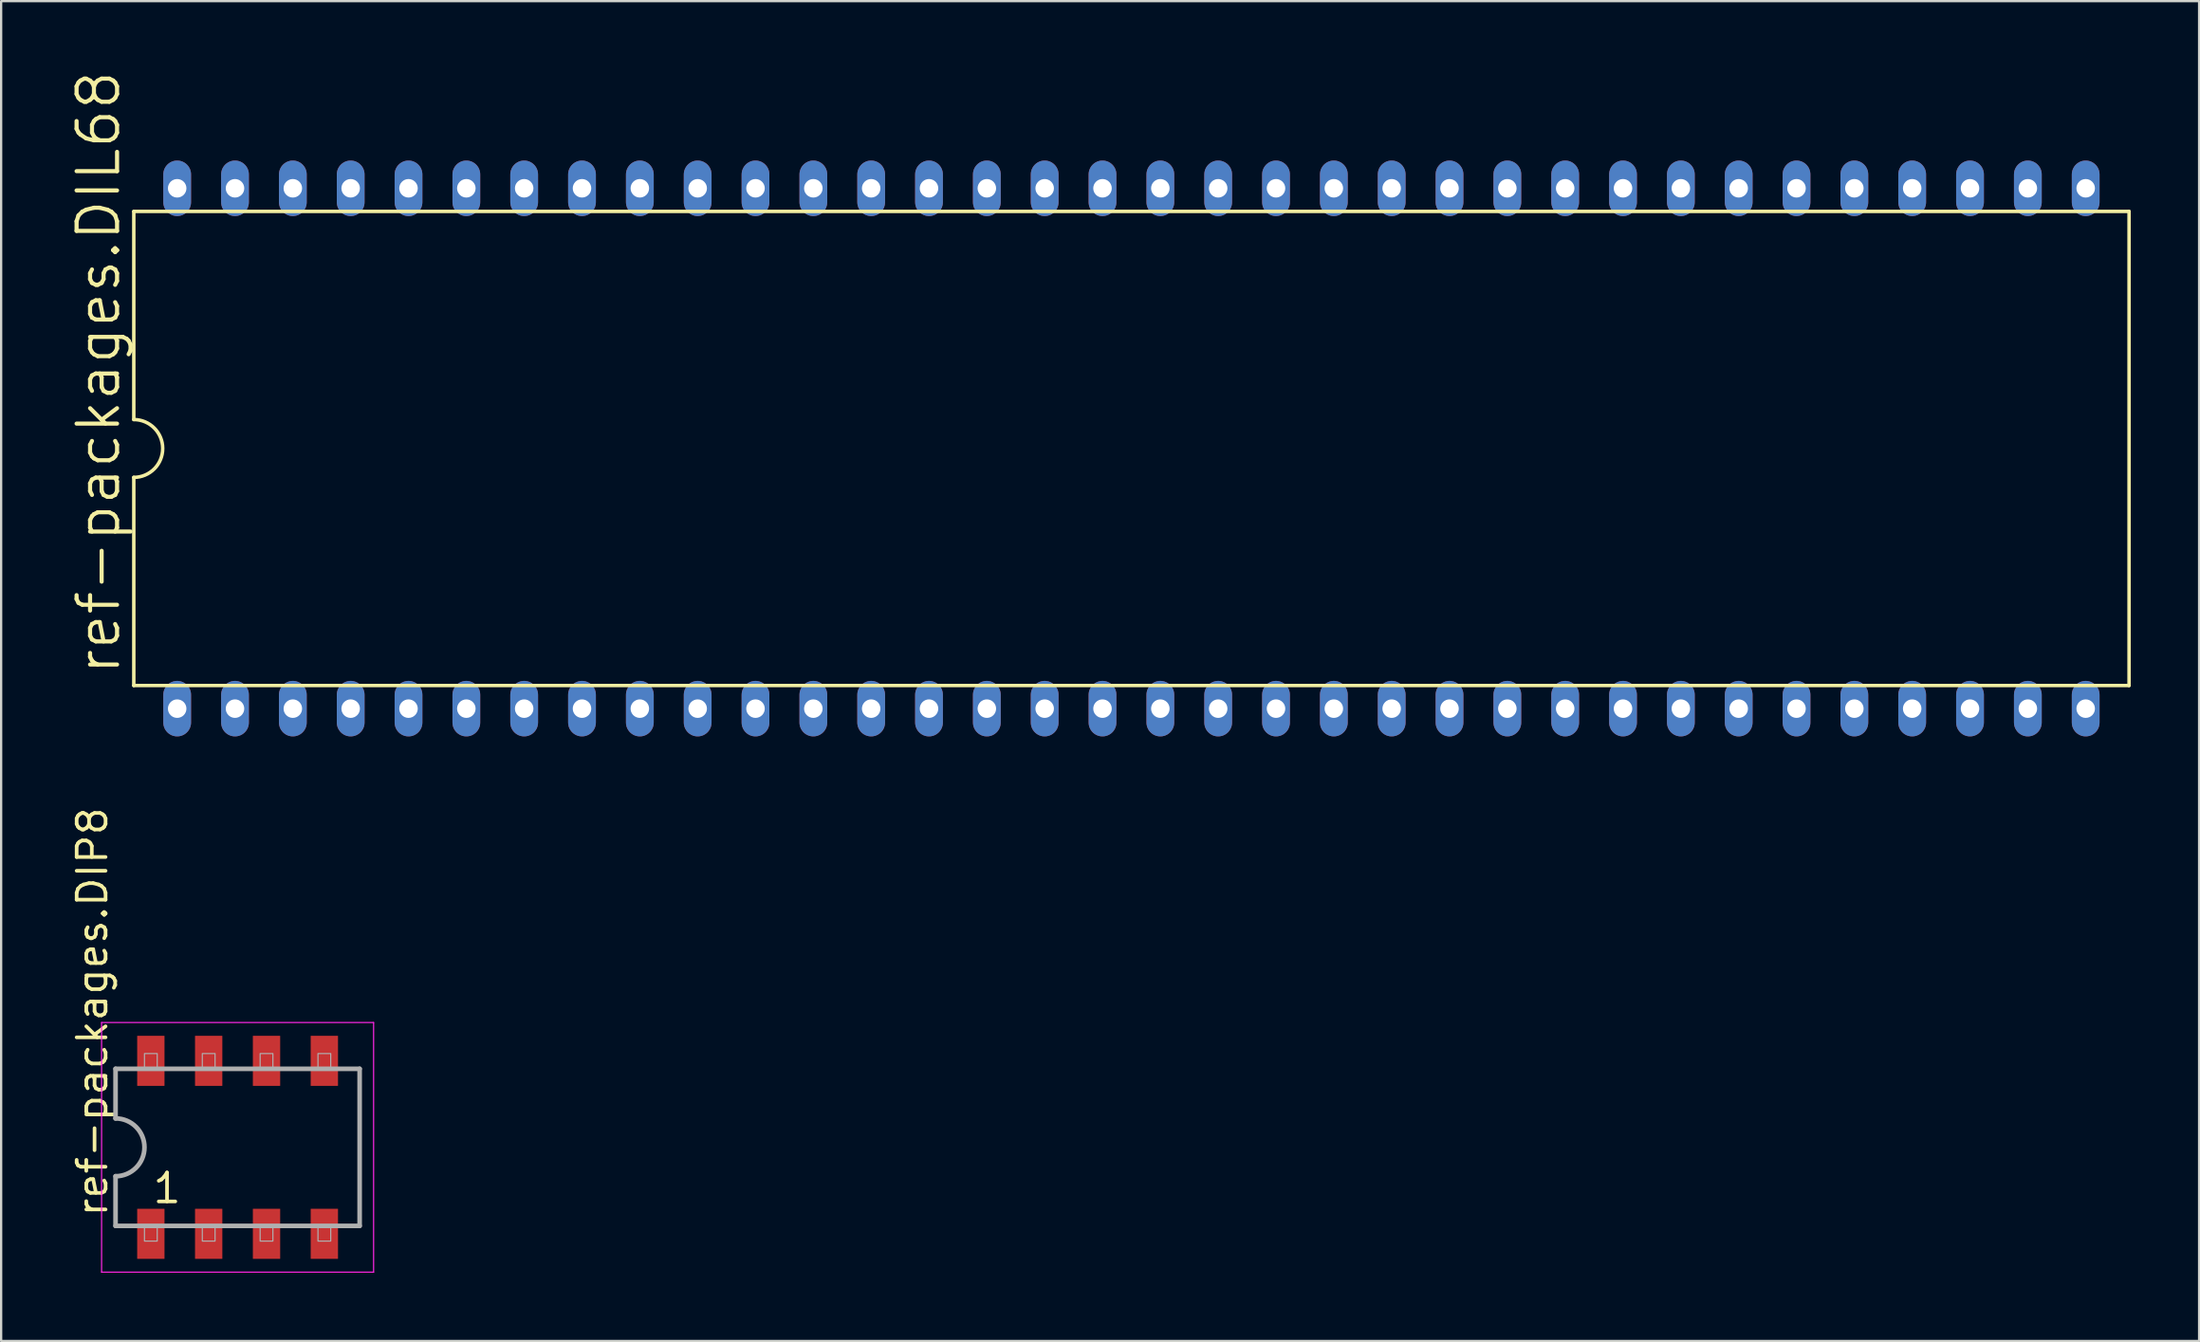
<source format=kicad_pcb>
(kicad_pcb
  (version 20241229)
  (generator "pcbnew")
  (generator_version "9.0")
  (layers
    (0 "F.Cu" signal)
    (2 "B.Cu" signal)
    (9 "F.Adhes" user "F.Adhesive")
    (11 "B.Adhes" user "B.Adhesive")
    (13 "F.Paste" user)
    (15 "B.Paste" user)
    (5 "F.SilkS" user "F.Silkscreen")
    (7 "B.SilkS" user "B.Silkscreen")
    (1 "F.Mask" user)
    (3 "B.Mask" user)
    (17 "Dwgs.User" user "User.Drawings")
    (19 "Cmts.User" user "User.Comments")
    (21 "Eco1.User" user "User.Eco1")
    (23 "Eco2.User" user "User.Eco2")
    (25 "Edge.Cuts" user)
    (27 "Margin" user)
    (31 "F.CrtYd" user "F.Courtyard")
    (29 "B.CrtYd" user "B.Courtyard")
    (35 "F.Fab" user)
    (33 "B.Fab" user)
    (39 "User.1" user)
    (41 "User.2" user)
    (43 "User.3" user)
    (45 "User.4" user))
  (footprint "ref-packages.DIL68"
    (layer "F.Cu")
    (at 46.641 16.652)
    (property "Reference" "ref-packages.DIL68" (at -44.323 10.033 90) (layer "F.SilkS") (effects (font (size 1.778 1.778) (thickness 0.18)) (justify left bottom)))
    (attr through_hole)
    (fp_line (start -43.815 -10.414) (end -43.815 -1.27) (stroke (width 0.152) (type default)) (layer "F.SilkS"))
    (fp_line (start -43.815 -10.414) (end 43.815 -10.414) (stroke (width 0.152) (type default)) (layer "F.SilkS"))
    (fp_line (start -43.815 1.27) (end -43.815 10.414) (stroke (width 0.152) (type default)) (layer "F.SilkS"))
    (fp_line (start -43.815 10.414) (end 43.815 10.414) (stroke (width 0.152) (type default)) (layer "F.SilkS"))
    (fp_line (start 43.815 10.414) (end 43.815 -10.414) (stroke (width 0.152) (type default)) (layer "F.SilkS"))
    (fp_arc (start -43.815 -1.27) (mid -42.545 0) (end -43.815 1.27) (stroke (width 0.1524) (type default)) (layer "F.SilkS"))
    (pad "1" thru_hole oval (at -41.91 11.43 90) (size 2.438 1.219) (drill 0.813) (layers "*.Cu" "*.Mask"))
    (pad "2" thru_hole oval (at -39.37 11.43 90) (size 2.438 1.219) (drill 0.813) (layers "*.Cu" "*.Mask"))
    (pad "3" thru_hole oval (at -36.83 11.43 90) (size 2.438 1.219) (drill 0.813) (layers "*.Cu" "*.Mask"))
    (pad "4" thru_hole oval (at -34.29 11.43 90) (size 2.438 1.219) (drill 0.813) (layers "*.Cu" "*.Mask"))
    (pad "5" thru_hole oval (at -31.75 11.43 90) (size 2.438 1.219) (drill 0.813) (layers "*.Cu" "*.Mask"))
    (pad "6" thru_hole oval (at -29.21 11.43 90) (size 2.438 1.219) (drill 0.813) (layers "*.Cu" "*.Mask"))
    (pad "7" thru_hole oval (at -26.67 11.43 90) (size 2.438 1.219) (drill 0.813) (layers "*.Cu" "*.Mask"))
    (pad "8" thru_hole oval (at -24.13 11.43 90) (size 2.438 1.219) (drill 0.813) (layers "*.Cu" "*.Mask"))
    (pad "9" thru_hole oval (at -21.59 11.43 90) (size 2.438 1.219) (drill 0.813) (layers "*.Cu" "*.Mask"))
    (pad "10" thru_hole oval (at -19.05 11.43 90) (size 2.438 1.219) (drill 0.813) (layers "*.Cu" "*.Mask"))
    (pad "11" thru_hole oval (at -16.51 11.43 90) (size 2.438 1.219) (drill 0.813) (layers "*.Cu" "*.Mask"))
    (pad "12" thru_hole oval (at -13.97 11.43 90) (size 2.438 1.219) (drill 0.813) (layers "*.Cu" "*.Mask"))
    (pad "13" thru_hole oval (at -11.43 11.43 90) (size 2.438 1.219) (drill 0.813) (layers "*.Cu" "*.Mask"))
    (pad "14" thru_hole oval (at -8.89 11.43 90) (size 2.438 1.219) (drill 0.813) (layers "*.Cu" "*.Mask"))
    (pad "15" thru_hole oval (at -6.35 11.43 90) (size 2.438 1.219) (drill 0.813) (layers "*.Cu" "*.Mask"))
    (pad "16" thru_hole oval (at -3.81 11.43 90) (size 2.438 1.219) (drill 0.813) (layers "*.Cu" "*.Mask"))
    (pad "17" thru_hole oval (at -1.27 11.43 90) (size 2.438 1.219) (drill 0.813) (layers "*.Cu" "*.Mask"))
    (pad "18" thru_hole oval (at 1.27 11.43 90) (size 2.438 1.219) (drill 0.813) (layers "*.Cu" "*.Mask"))
    (pad "19" thru_hole oval (at 3.81 11.43 90) (size 2.438 1.219) (drill 0.813) (layers "*.Cu" "*.Mask"))
    (pad "20" thru_hole oval (at 6.35 11.43 90) (size 2.438 1.219) (drill 0.813) (layers "*.Cu" "*.Mask"))
    (pad "21" thru_hole oval (at 8.89 11.43 90) (size 2.438 1.219) (drill 0.813) (layers "*.Cu" "*.Mask"))
    (pad "22" thru_hole oval (at 11.43 11.43 90) (size 2.438 1.219) (drill 0.813) (layers "*.Cu" "*.Mask"))
    (pad "23" thru_hole oval (at 13.97 11.43 90) (size 2.438 1.219) (drill 0.813) (layers "*.Cu" "*.Mask"))
    (pad "24" thru_hole oval (at 16.51 11.43 90) (size 2.438 1.219) (drill 0.813) (layers "*.Cu" "*.Mask"))
    (pad "25" thru_hole oval (at 19.05 11.43 90) (size 2.438 1.219) (drill 0.813) (layers "*.Cu" "*.Mask"))
    (pad "26" thru_hole oval (at 21.59 11.43 90) (size 2.438 1.219) (drill 0.813) (layers "*.Cu" "*.Mask"))
    (pad "27" thru_hole oval (at 24.13 11.43 90) (size 2.438 1.219) (drill 0.813) (layers "*.Cu" "*.Mask"))
    (pad "28" thru_hole oval (at 26.67 11.43 90) (size 2.438 1.219) (drill 0.813) (layers "*.Cu" "*.Mask"))
    (pad "29" thru_hole oval (at 29.21 11.43 90) (size 2.438 1.219) (drill 0.813) (layers "*.Cu" "*.Mask"))
    (pad "30" thru_hole oval (at 31.75 11.43 90) (size 2.438 1.219) (drill 0.813) (layers "*.Cu" "*.Mask"))
    (pad "31" thru_hole oval (at 34.29 11.43 90) (size 2.438 1.219) (drill 0.813) (layers "*.Cu" "*.Mask"))
    (pad "32" thru_hole oval (at 36.83 11.43 90) (size 2.438 1.219) (drill 0.813) (layers "*.Cu" "*.Mask"))
    (pad "33" thru_hole oval (at 39.37 11.43 90) (size 2.438 1.219) (drill 0.813) (layers "*.Cu" "*.Mask"))
    (pad "34" thru_hole oval (at 41.91 11.43 90) (size 2.438 1.219) (drill 0.813) (layers "*.Cu" "*.Mask"))
    (pad "35" thru_hole oval (at 41.91 -11.43 90) (size 2.438 1.219) (drill 0.813) (layers "*.Cu" "*.Mask"))
    (pad "36" thru_hole oval (at 39.37 -11.43 90) (size 2.438 1.219) (drill 0.813) (layers "*.Cu" "*.Mask"))
    (pad "37" thru_hole oval (at 36.83 -11.43 90) (size 2.438 1.219) (drill 0.813) (layers "*.Cu" "*.Mask"))
    (pad "38" thru_hole oval (at 34.29 -11.43 90) (size 2.438 1.219) (drill 0.813) (layers "*.Cu" "*.Mask"))
    (pad "39" thru_hole oval (at 31.75 -11.43 90) (size 2.438 1.219) (drill 0.813) (layers "*.Cu" "*.Mask"))
    (pad "40" thru_hole oval (at 29.21 -11.43 90) (size 2.438 1.219) (drill 0.813) (layers "*.Cu" "*.Mask"))
    (pad "41" thru_hole oval (at 26.67 -11.43 90) (size 2.438 1.219) (drill 0.813) (layers "*.Cu" "*.Mask"))
    (pad "42" thru_hole oval (at 24.13 -11.43 90) (size 2.438 1.219) (drill 0.813) (layers "*.Cu" "*.Mask"))
    (pad "43" thru_hole oval (at 21.59 -11.43 90) (size 2.438 1.219) (drill 0.813) (layers "*.Cu" "*.Mask"))
    (pad "44" thru_hole oval (at 19.05 -11.43 90) (size 2.438 1.219) (drill 0.813) (layers "*.Cu" "*.Mask"))
    (pad "45" thru_hole oval (at 16.51 -11.43 90) (size 2.438 1.219) (drill 0.813) (layers "*.Cu" "*.Mask"))
    (pad "46" thru_hole oval (at 13.97 -11.43 90) (size 2.438 1.219) (drill 0.813) (layers "*.Cu" "*.Mask"))
    (pad "47" thru_hole oval (at 11.43 -11.43 90) (size 2.438 1.219) (drill 0.813) (layers "*.Cu" "*.Mask"))
    (pad "48" thru_hole oval (at 8.89 -11.43 90) (size 2.438 1.219) (drill 0.813) (layers "*.Cu" "*.Mask"))
    (pad "49" thru_hole oval (at 6.35 -11.43 90) (size 2.438 1.219) (drill 0.813) (layers "*.Cu" "*.Mask"))
    (pad "50" thru_hole oval (at 3.81 -11.43 90) (size 2.438 1.219) (drill 0.813) (layers "*.Cu" "*.Mask"))
    (pad "51" thru_hole oval (at 1.27 -11.43 90) (size 2.438 1.219) (drill 0.813) (layers "*.Cu" "*.Mask"))
    (pad "52" thru_hole oval (at -1.27 -11.43 90) (size 2.438 1.219) (drill 0.813) (layers "*.Cu" "*.Mask"))
    (pad "53" thru_hole oval (at -3.81 -11.43 90) (size 2.438 1.219) (drill 0.813) (layers "*.Cu" "*.Mask"))
    (pad "54" thru_hole oval (at -6.35 -11.43 90) (size 2.438 1.219) (drill 0.813) (layers "*.Cu" "*.Mask"))
    (pad "55" thru_hole oval (at -8.89 -11.43 90) (size 2.438 1.219) (drill 0.813) (layers "*.Cu" "*.Mask"))
    (pad "56" thru_hole oval (at -11.43 -11.43 90) (size 2.438 1.219) (drill 0.813) (layers "*.Cu" "*.Mask"))
    (pad "57" thru_hole oval (at -13.97 -11.43 90) (size 2.438 1.219) (drill 0.813) (layers "*.Cu" "*.Mask"))
    (pad "58" thru_hole oval (at -16.51 -11.43 90) (size 2.438 1.219) (drill 0.813) (layers "*.Cu" "*.Mask"))
    (pad "59" thru_hole oval (at -19.05 -11.43 90) (size 2.438 1.219) (drill 0.813) (layers "*.Cu" "*.Mask"))
    (pad "60" thru_hole oval (at -21.59 -11.43 90) (size 2.438 1.219) (drill 0.813) (layers "*.Cu" "*.Mask"))
    (pad "61" thru_hole oval (at -24.13 -11.43 90) (size 2.438 1.219) (drill 0.813) (layers "*.Cu" "*.Mask"))
    (pad "62" thru_hole oval (at -26.67 -11.43 90) (size 2.438 1.219) (drill 0.813) (layers "*.Cu" "*.Mask"))
    (pad "63" thru_hole oval (at -29.21 -11.43 90) (size 2.438 1.219) (drill 0.813) (layers "*.Cu" "*.Mask"))
    (pad "64" thru_hole oval (at -31.75 -11.43 90) (size 2.438 1.219) (drill 0.813) (layers "*.Cu" "*.Mask"))
    (pad "65" thru_hole oval (at -34.29 -11.43 90) (size 2.438 1.219) (drill 0.813) (layers "*.Cu" "*.Mask"))
    (pad "66" thru_hole oval (at -36.83 -11.43 90) (size 2.438 1.219) (drill 0.813) (layers "*.Cu" "*.Mask"))
    (pad "67" thru_hole oval (at -39.37 -11.43 90) (size 2.438 1.219) (drill 0.813) (layers "*.Cu" "*.Mask"))
    (pad "68" thru_hole oval (at -41.91 -11.43 90) (size 2.438 1.219) (drill 0.813) (layers "*.Cu" "*.Mask")))
  (footprint "ref-packages.DIP8"
    (layer "F.Cu")
    (at 7.385 47.354)
    (property "Reference" "ref-packages.DIP8" (at -5.635 3.135 90) (layer "F.SilkS") (effects (font (size 1.27 1.27) (thickness 0.16)) (justify left bottom)))
    (attr smd)
    (fp_line (start -5.973 -5.483) (end 5.973 -5.483) (stroke (width 0.051) (type default)) (layer "F.CrtYd"))
    (fp_line (start -5.973 5.483) (end -5.973 -5.483) (stroke (width 0.051) (type default)) (layer "F.CrtYd"))
    (fp_line (start 5.973 -5.483) (end 5.973 5.483) (stroke (width 0.051) (type default)) (layer "F.CrtYd"))
    (fp_line (start 5.973 5.483) (end -5.973 5.483) (stroke (width 0.051) (type default)) (layer "F.CrtYd"))
    (fp_line (start -5.36 -3.45) (end -5.36 -1.27) (stroke (width 0.203) (type default)) (layer "F.Fab"))
    (fp_line (start -5.36 1.27) (end -5.36 3.45) (stroke (width 0.203) (type default)) (layer "F.Fab"))
    (fp_line (start -5.36 3.45) (end 5.36 3.45) (stroke (width 0.203) (type default)) (layer "F.Fab"))
    (fp_line (start 5.36 -3.45) (end -5.36 -3.45) (stroke (width 0.203) (type default)) (layer "F.Fab"))
    (fp_line (start 5.36 3.45) (end 5.36 -3.45) (stroke (width 0.203) (type default)) (layer "F.Fab"))
    (fp_rect (start -4.09 -3.45) (end -3.53 -4.12) (stroke (width 0.05) (type default)) (fill no) (layer "F.Fab"))
    (fp_rect (start -4.09 4.12) (end -3.53 3.45) (stroke (width 0.05) (type default)) (fill no) (layer "F.Fab"))
    (fp_rect (start -1.55 -3.45) (end -0.99 -4.12) (stroke (width 0.05) (type default)) (fill no) (layer "F.Fab"))
    (fp_rect (start -1.55 4.12) (end -0.99 3.45) (stroke (width 0.05) (type default)) (fill no) (layer "F.Fab"))
    (fp_rect (start 0.99 -3.45) (end 1.55 -4.12) (stroke (width 0.05) (type default)) (fill no) (layer "F.Fab"))
    (fp_rect (start 0.99 4.12) (end 1.55 3.45) (stroke (width 0.05) (type default)) (fill no) (layer "F.Fab"))
    (fp_rect (start 3.53 -3.45) (end 4.09 -4.12) (stroke (width 0.05) (type default)) (fill no) (layer "F.Fab"))
    (fp_rect (start 3.53 4.12) (end 4.09 3.45) (stroke (width 0.05) (type default)) (fill no) (layer "F.Fab"))
    (fp_arc (start -5.36 -1.27) (mid -4.09 0) (end -5.36 1.27) (stroke (width 0.2032) (type default)) (layer "F.Fab"))
    (fp_text user "1" (at -3.81 2.54 0) (layer "F.SilkS") (effects (font (size 1.27 1.27) (thickness 0.16)) (justify left bottom)))
    (pad "1" smd roundrect (at -3.81 3.8) (size 1.2 2.2) (layers "F.Cu" "F.Mask" "F.Paste") (roundrect_rratio 0.01))
    (pad "2" smd roundrect (at -1.27 3.8) (size 1.2 2.2) (layers "F.Cu" "F.Mask" "F.Paste") (roundrect_rratio 0.01))
    (pad "3" smd roundrect (at 1.27 3.8) (size 1.2 2.2) (layers "F.Cu" "F.Mask" "F.Paste") (roundrect_rratio 0.01))
    (pad "4" smd roundrect (at 3.81 3.8) (size 1.2 2.2) (layers "F.Cu" "F.Mask" "F.Paste") (roundrect_rratio 0.01))
    (pad "5" smd roundrect (at 3.81 -3.8) (size 1.2 2.2) (layers "F.Cu" "F.Mask" "F.Paste") (roundrect_rratio 0.01))
    (pad "6" smd roundrect (at 1.27 -3.8) (size 1.2 2.2) (layers "F.Cu" "F.Mask" "F.Paste") (roundrect_rratio 0.01))
    (pad "7" smd roundrect (at -1.27 -3.8) (size 1.2 2.2) (layers "F.Cu" "F.Mask" "F.Paste") (roundrect_rratio 0.01))
    (pad "8" smd roundrect (at -3.81 -3.8) (size 1.2 2.2) (layers "F.Cu" "F.Mask" "F.Paste") (roundrect_rratio 0.01)))
  (gr_rect
    (start -3 -3)
    (end 93.532 55.862)
    (stroke (width 0.1) (type default))
    (fill no)
    (layer "Edge.Cuts")))
</source>
